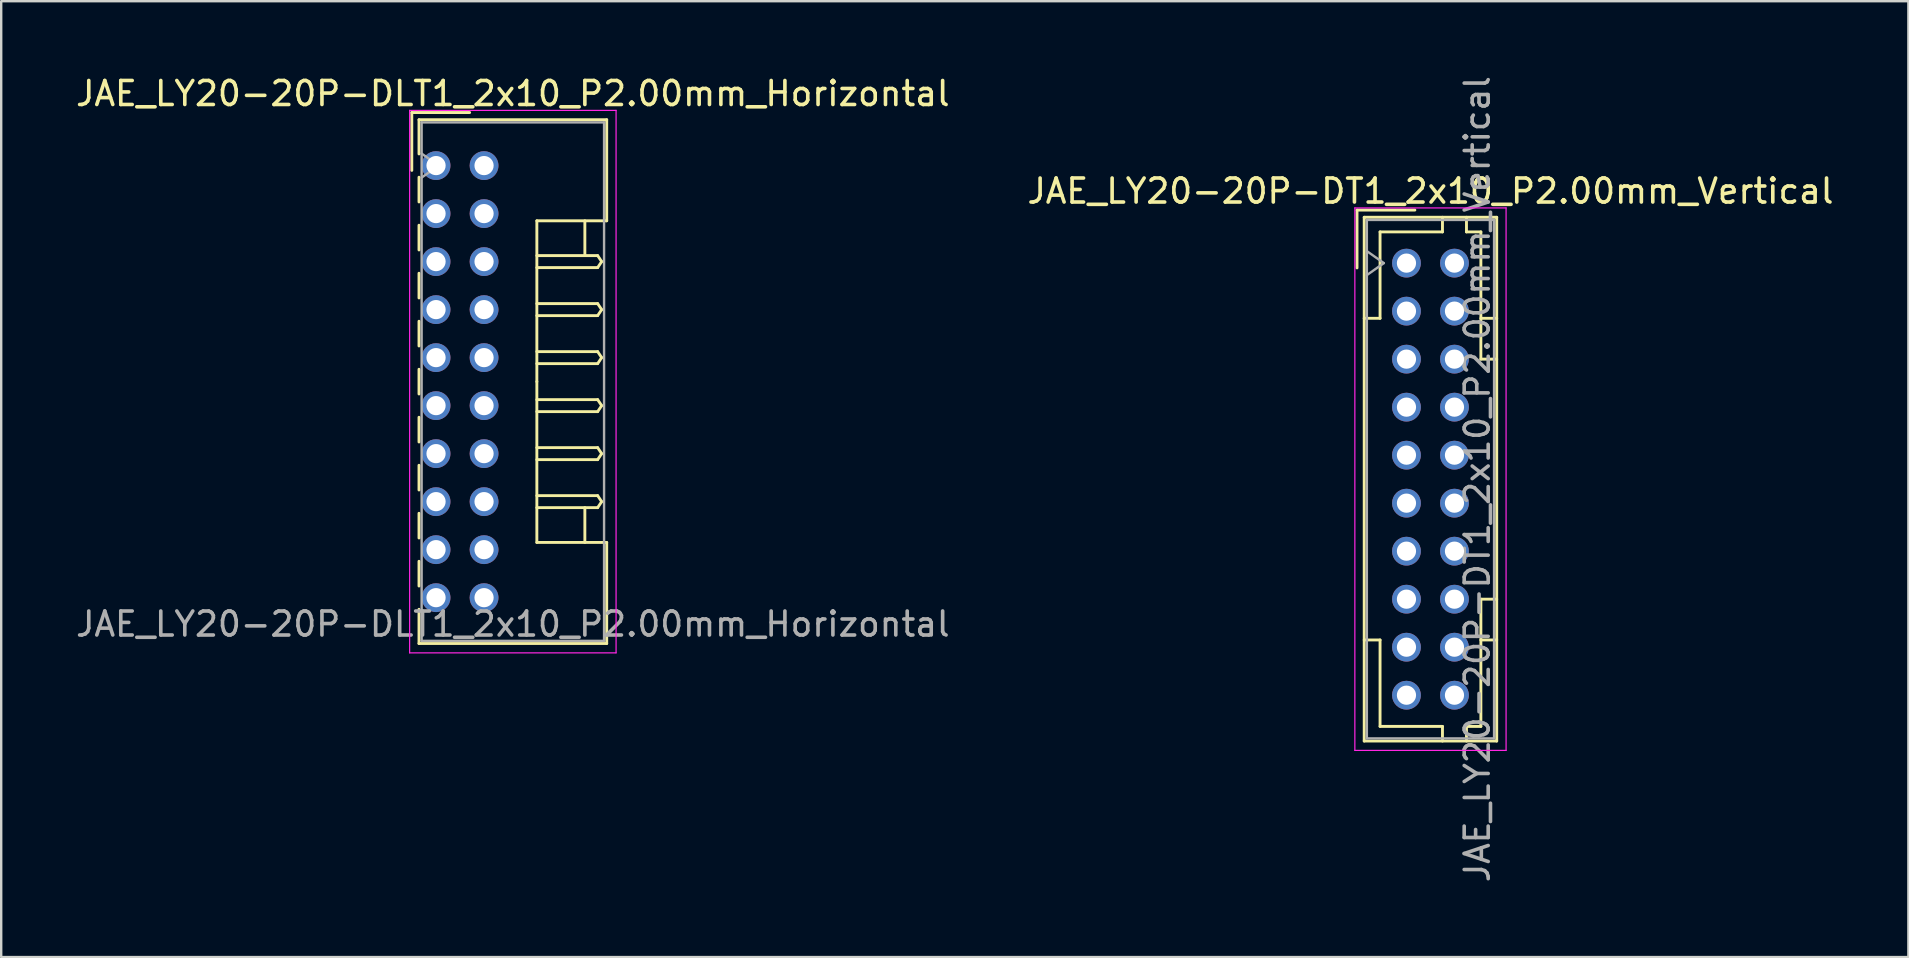
<source format=kicad_pcb>
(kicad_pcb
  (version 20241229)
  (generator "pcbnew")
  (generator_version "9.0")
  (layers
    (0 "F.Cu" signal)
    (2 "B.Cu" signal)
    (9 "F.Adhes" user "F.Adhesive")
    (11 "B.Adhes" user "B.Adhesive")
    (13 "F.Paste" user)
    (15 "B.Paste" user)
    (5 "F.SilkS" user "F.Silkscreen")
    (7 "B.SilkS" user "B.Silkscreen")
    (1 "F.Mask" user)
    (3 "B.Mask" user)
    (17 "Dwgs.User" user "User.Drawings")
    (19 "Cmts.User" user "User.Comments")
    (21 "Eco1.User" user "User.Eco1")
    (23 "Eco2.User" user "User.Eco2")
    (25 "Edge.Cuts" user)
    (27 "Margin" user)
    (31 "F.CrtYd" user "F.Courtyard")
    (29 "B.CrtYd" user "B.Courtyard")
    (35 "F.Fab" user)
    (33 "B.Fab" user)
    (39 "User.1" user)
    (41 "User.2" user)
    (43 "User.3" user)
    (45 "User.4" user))
  (footprint "JAE_LY20-20P-DT1_2x10_P2.00mm_Vertical"
    (layer "F.Cu")
    (at 55.542 7.911)
    (property "Reference" "JAE_LY20-20P-DT1_2x10_P2.00mm_Vertical" (at 1 -3 0) (layer "F.SilkS") (effects (font (size 1 1) (thickness 0.15))))
    (attr through_hole)
    (fp_line (start -2.06 -2.21) (end -2.06 0.2) (stroke (width 0.12) (type solid)) (layer "F.SilkS"))
    (fp_line (start -1.76 -1.91) (end -1.76 19.91) (stroke (width 0.12) (type solid)) (layer "F.SilkS"))
    (fp_line (start -1.76 19.91) (end 3.76 19.91) (stroke (width 0.12) (type solid)) (layer "F.SilkS"))
    (fp_line (start -1.1 -1.3) (end -1.1 2.3) (stroke (width 0.12) (type solid)) (layer "F.SilkS"))
    (fp_line (start -1.1 2.3) (end -1.76 2.3) (stroke (width 0.12) (type solid)) (layer "F.SilkS"))
    (fp_line (start -1.1 15.7) (end -1.76 15.7) (stroke (width 0.12) (type solid)) (layer "F.SilkS"))
    (fp_line (start -1.1 19.3) (end -1.1 15.7) (stroke (width 0.12) (type solid)) (layer "F.SilkS"))
    (fp_line (start 0.35 -2.21) (end -2.06 -2.21) (stroke (width 0.12) (type solid)) (layer "F.SilkS"))
    (fp_line (start 1.5 -1.91) (end 1.5 -1.3) (stroke (width 0.12) (type solid)) (layer "F.SilkS"))
    (fp_line (start 1.5 -1.3) (end -1.1 -1.3) (stroke (width 0.12) (type solid)) (layer "F.SilkS"))
    (fp_line (start 1.5 19.3) (end -1.1 19.3) (stroke (width 0.12) (type solid)) (layer "F.SilkS"))
    (fp_line (start 1.5 19.91) (end 1.5 19.3) (stroke (width 0.12) (type solid)) (layer "F.SilkS"))
    (fp_line (start 2.5 -1.91) (end 2.5 -1.3) (stroke (width 0.12) (type solid)) (layer "F.SilkS"))
    (fp_line (start 2.5 -1.3) (end 3.1 -1.3) (stroke (width 0.12) (type solid)) (layer "F.SilkS"))
    (fp_line (start 2.5 19.3) (end 3.1 19.3) (stroke (width 0.12) (type solid)) (layer "F.SilkS"))
    (fp_line (start 2.5 19.91) (end 2.5 19.3) (stroke (width 0.12) (type solid)) (layer "F.SilkS"))
    (fp_line (start 3.1 -1.3) (end 3.1 4) (stroke (width 0.12) (type solid)) (layer "F.SilkS"))
    (fp_line (start 3.1 4) (end 3.76 4) (stroke (width 0.12) (type solid)) (layer "F.SilkS"))
    (fp_line (start 3.1 14) (end 3.76 14) (stroke (width 0.12) (type solid)) (layer "F.SilkS"))
    (fp_line (start 3.1 19.3) (end 3.1 14) (stroke (width 0.12) (type solid)) (layer "F.SilkS"))
    (fp_line (start 3.76 -1.91) (end -1.76 -1.91) (stroke (width 0.12) (type solid)) (layer "F.SilkS"))
    (fp_line (start 3.76 2.3) (end 3.1 2.3) (stroke (width 0.12) (type solid)) (layer "F.SilkS"))
    (fp_line (start 3.76 15.7) (end 3.1 15.7) (stroke (width 0.12) (type solid)) (layer "F.SilkS"))
    (fp_line (start 3.76 19.91) (end 3.76 -1.91) (stroke (width 0.12) (type solid)) (layer "F.SilkS"))
    (fp_line (start -2.15 -2.3) (end -2.15 20.3) (stroke (width 0.05) (type solid)) (layer "F.CrtYd"))
    (fp_line (start -2.15 20.3) (end 4.15 20.3) (stroke (width 0.05) (type solid)) (layer "F.CrtYd"))
    (fp_line (start 4.15 -2.3) (end -2.15 -2.3) (stroke (width 0.05) (type solid)) (layer "F.CrtYd"))
    (fp_line (start 4.15 20.3) (end 4.15 -2.3) (stroke (width 0.05) (type solid)) (layer "F.CrtYd"))
    (fp_line (start -1.65 -1.8) (end -1.65 19.8) (stroke (width 0.1) (type solid)) (layer "F.Fab"))
    (fp_line (start -1.65 0.5) (end -0.943 0) (stroke (width 0.1) (type solid)) (layer "F.Fab"))
    (fp_line (start -1.65 19.8) (end 3.65 19.8) (stroke (width 0.1) (type solid)) (layer "F.Fab"))
    (fp_line (start -0.943 0) (end -1.65 -0.5) (stroke (width 0.1) (type solid)) (layer "F.Fab"))
    (fp_line (start 3.65 -1.8) (end -1.65 -1.8) (stroke (width 0.1) (type solid)) (layer "F.Fab"))
    (fp_line (start 3.65 19.8) (end 3.65 -1.8) (stroke (width 0.1) (type solid)) (layer "F.Fab"))
    (fp_text user "${REFERENCE}" (at 2.95 9 90) (layer "F.Fab") (effects (font (size 1 1) (thickness 0.15))))
    (pad "a1" thru_hole circle (at 0 0) (size 1.2 1.2) (drill 0.8) (layers "*.Cu" "*.Mask"))
    (pad "a2" thru_hole circle (at 0 2) (size 1.2 1.2) (drill 0.8) (layers "*.Cu" "*.Mask"))
    (pad "a3" thru_hole circle (at 0 4) (size 1.2 1.2) (drill 0.8) (layers "*.Cu" "*.Mask"))
    (pad "a4" thru_hole circle (at 0 6) (size 1.2 1.2) (drill 0.8) (layers "*.Cu" "*.Mask"))
    (pad "a5" thru_hole circle (at 0 8) (size 1.2 1.2) (drill 0.8) (layers "*.Cu" "*.Mask"))
    (pad "a6" thru_hole circle (at 0 10) (size 1.2 1.2) (drill 0.8) (layers "*.Cu" "*.Mask"))
    (pad "a7" thru_hole circle (at 0 12) (size 1.2 1.2) (drill 0.8) (layers "*.Cu" "*.Mask"))
    (pad "a8" thru_hole circle (at 0 14) (size 1.2 1.2) (drill 0.8) (layers "*.Cu" "*.Mask"))
    (pad "a9" thru_hole circle (at 0 16) (size 1.2 1.2) (drill 0.8) (layers "*.Cu" "*.Mask"))
    (pad "a10" thru_hole circle (at 0 18) (size 1.2 1.2) (drill 0.8) (layers "*.Cu" "*.Mask"))
    (pad "b1" thru_hole circle (at 2 0) (size 1.2 1.2) (drill 0.8) (layers "*.Cu" "*.Mask"))
    (pad "b2" thru_hole circle (at 2 2) (size 1.2 1.2) (drill 0.8) (layers "*.Cu" "*.Mask"))
    (pad "b3" thru_hole circle (at 2 4) (size 1.2 1.2) (drill 0.8) (layers "*.Cu" "*.Mask"))
    (pad "b4" thru_hole circle (at 2 6) (size 1.2 1.2) (drill 0.8) (layers "*.Cu" "*.Mask"))
    (pad "b5" thru_hole circle (at 2 8) (size 1.2 1.2) (drill 0.8) (layers "*.Cu" "*.Mask"))
    (pad "b6" thru_hole circle (at 2 10) (size 1.2 1.2) (drill 0.8) (layers "*.Cu" "*.Mask"))
    (pad "b7" thru_hole circle (at 2 12) (size 1.2 1.2) (drill 0.8) (layers "*.Cu" "*.Mask"))
    (pad "b8" thru_hole circle (at 2 14) (size 1.2 1.2) (drill 0.8) (layers "*.Cu" "*.Mask"))
    (pad "b9" thru_hole circle (at 2 16) (size 1.2 1.2) (drill 0.8) (layers "*.Cu" "*.Mask"))
    (pad "b10" thru_hole circle (at 2 18) (size 1.2 1.2) (drill 0.8) (layers "*.Cu" "*.Mask")))
  (footprint "JAE_LY20-20P-DLT1_2x10_P2.00mm_Horizontal"
    (layer "F.Cu")
    (at 15.115 3.848)
    (property "Reference" "JAE_LY20-20P-DLT1_2x10_P2.00mm_Horizontal" (at 3.2 -3 0) (layer "F.SilkS") (effects (font (size 1 1) (thickness 0.15))))
    (attr through_hole)
    (fp_line (start -1.01 -2.21) (end -1.01 0.2) (stroke (width 0.12) (type solid)) (layer "F.SilkS"))
    (fp_line (start -0.71 -1.91) (end 7.11 -1.91) (stroke (width 0.12) (type solid)) (layer "F.SilkS"))
    (fp_line (start -0.71 -0.485) (end -0.71 -1.91) (stroke (width 0.12) (type solid)) (layer "F.SilkS"))
    (fp_line (start -0.71 0.485) (end -0.71 1.515) (stroke (width 0.12) (type solid)) (layer "F.SilkS"))
    (fp_line (start -0.71 2.485) (end -0.71 3.515) (stroke (width 0.12) (type solid)) (layer "F.SilkS"))
    (fp_line (start -0.71 4.485) (end -0.71 5.515) (stroke (width 0.12) (type solid)) (layer "F.SilkS"))
    (fp_line (start -0.71 6.485) (end -0.71 7.515) (stroke (width 0.12) (type solid)) (layer "F.SilkS"))
    (fp_line (start -0.71 8.485) (end -0.71 9.515) (stroke (width 0.12) (type solid)) (layer "F.SilkS"))
    (fp_line (start -0.71 10.485) (end -0.71 11.515) (stroke (width 0.12) (type solid)) (layer "F.SilkS"))
    (fp_line (start -0.71 12.485) (end -0.71 13.515) (stroke (width 0.12) (type solid)) (layer "F.SilkS"))
    (fp_line (start -0.71 14.485) (end -0.71 15.515) (stroke (width 0.12) (type solid)) (layer "F.SilkS"))
    (fp_line (start -0.71 16.485) (end -0.71 17.515) (stroke (width 0.12) (type solid)) (layer "F.SilkS"))
    (fp_line (start -0.71 18.485) (end -0.71 19.91) (stroke (width 0.12) (type solid)) (layer "F.SilkS"))
    (fp_line (start -0.71 19.91) (end 7.11 19.91) (stroke (width 0.12) (type solid)) (layer "F.SilkS"))
    (fp_line (start 1.4 -2.21) (end -1.01 -2.21) (stroke (width 0.12) (type solid)) (layer "F.SilkS"))
    (fp_line (start 4.2 2.3) (end 4.2 9) (stroke (width 0.12) (type solid)) (layer "F.SilkS"))
    (fp_line (start 4.2 3.75) (end 6.733 3.75) (stroke (width 0.12) (type solid)) (layer "F.SilkS"))
    (fp_line (start 4.2 5.75) (end 6.733 5.75) (stroke (width 0.12) (type solid)) (layer "F.SilkS"))
    (fp_line (start 4.2 7.75) (end 6.733 7.75) (stroke (width 0.12) (type solid)) (layer "F.SilkS"))
    (fp_line (start 4.2 9.75) (end 6.733 9.75) (stroke (width 0.12) (type solid)) (layer "F.SilkS"))
    (fp_line (start 4.2 11.75) (end 6.733 11.75) (stroke (width 0.12) (type solid)) (layer "F.SilkS"))
    (fp_line (start 4.2 13.75) (end 6.733 13.75) (stroke (width 0.12) (type solid)) (layer "F.SilkS"))
    (fp_line (start 4.2 15.7) (end 4.2 9) (stroke (width 0.12) (type solid)) (layer "F.SilkS"))
    (fp_line (start 6.2 2.3) (end 6.2 3.75) (stroke (width 0.12) (type solid)) (layer "F.SilkS"))
    (fp_line (start 6.2 15.7) (end 6.2 14.25) (stroke (width 0.12) (type solid)) (layer "F.SilkS"))
    (fp_line (start 6.733 3.75) (end 6.9 4) (stroke (width 0.12) (type solid)) (layer "F.SilkS"))
    (fp_line (start 6.733 4.25) (end 4.2 4.25) (stroke (width 0.12) (type solid)) (layer "F.SilkS"))
    (fp_line (start 6.733 5.75) (end 6.9 6) (stroke (width 0.12) (type solid)) (layer "F.SilkS"))
    (fp_line (start 6.733 6.25) (end 4.2 6.25) (stroke (width 0.12) (type solid)) (layer "F.SilkS"))
    (fp_line (start 6.733 7.75) (end 6.9 8) (stroke (width 0.12) (type solid)) (layer "F.SilkS"))
    (fp_line (start 6.733 8.25) (end 4.2 8.25) (stroke (width 0.12) (type solid)) (layer "F.SilkS"))
    (fp_line (start 6.733 9.75) (end 6.9 10) (stroke (width 0.12) (type solid)) (layer "F.SilkS"))
    (fp_line (start 6.733 10.25) (end 4.2 10.25) (stroke (width 0.12) (type solid)) (layer "F.SilkS"))
    (fp_line (start 6.733 11.75) (end 6.9 12) (stroke (width 0.12) (type solid)) (layer "F.SilkS"))
    (fp_line (start 6.733 12.25) (end 4.2 12.25) (stroke (width 0.12) (type solid)) (layer "F.SilkS"))
    (fp_line (start 6.733 13.75) (end 6.9 14) (stroke (width 0.12) (type solid)) (layer "F.SilkS"))
    (fp_line (start 6.733 14.25) (end 4.2 14.25) (stroke (width 0.12) (type solid)) (layer "F.SilkS"))
    (fp_line (start 6.9 4) (end 6.733 4.25) (stroke (width 0.12) (type solid)) (layer "F.SilkS"))
    (fp_line (start 6.9 6) (end 6.733 6.25) (stroke (width 0.12) (type solid)) (layer "F.SilkS"))
    (fp_line (start 6.9 8) (end 6.733 8.25) (stroke (width 0.12) (type solid)) (layer "F.SilkS"))
    (fp_line (start 6.9 10) (end 6.733 10.25) (stroke (width 0.12) (type solid)) (layer "F.SilkS"))
    (fp_line (start 6.9 12) (end 6.733 12.25) (stroke (width 0.12) (type solid)) (layer "F.SilkS"))
    (fp_line (start 6.9 14) (end 6.733 14.25) (stroke (width 0.12) (type solid)) (layer "F.SilkS"))
    (fp_line (start 7.11 -1.91) (end 7.11 2.3) (stroke (width 0.12) (type solid)) (layer "F.SilkS"))
    (fp_line (start 7.11 2.3) (end 4.2 2.3) (stroke (width 0.12) (type solid)) (layer "F.SilkS"))
    (fp_line (start 7.11 15.7) (end 4.2 15.7) (stroke (width 0.12) (type solid)) (layer "F.SilkS"))
    (fp_line (start 7.11 19.91) (end 7.11 15.7) (stroke (width 0.12) (type solid)) (layer "F.SilkS"))
    (fp_line (start -1.1 -2.3) (end -1.1 20.3) (stroke (width 0.05) (type solid)) (layer "F.CrtYd"))
    (fp_line (start -1.1 20.3) (end 7.5 20.3) (stroke (width 0.05) (type solid)) (layer "F.CrtYd"))
    (fp_line (start 7.5 -2.3) (end -1.1 -2.3) (stroke (width 0.05) (type solid)) (layer "F.CrtYd"))
    (fp_line (start 7.5 20.3) (end 7.5 -2.3) (stroke (width 0.05) (type solid)) (layer "F.CrtYd"))
    (fp_line (start -0.6 -1.8) (end -0.6 19.8) (stroke (width 0.1) (type solid)) (layer "F.Fab"))
    (fp_line (start -0.6 0.5) (end 0.107 0) (stroke (width 0.1) (type solid)) (layer "F.Fab"))
    (fp_line (start -0.6 19.8) (end 7 19.8) (stroke (width 0.1) (type solid)) (layer "F.Fab"))
    (fp_line (start 0.107 0) (end -0.6 -0.5) (stroke (width 0.1) (type solid)) (layer "F.Fab"))
    (fp_line (start 7 -1.8) (end -0.6 -1.8) (stroke (width 0.1) (type solid)) (layer "F.Fab"))
    (fp_line (start 7 19.8) (end 7 -1.8) (stroke (width 0.1) (type solid)) (layer "F.Fab"))
    (fp_text user "${REFERENCE}" (at 3.2 19.1 0) (layer "F.Fab") (effects (font (size 1 1) (thickness 0.15))))
    (pad "a1" thru_hole circle (at 0 0) (size 1.2 1.2) (drill 0.8) (layers "*.Cu" "*.Mask"))
    (pad "a2" thru_hole circle (at 0 2) (size 1.2 1.2) (drill 0.8) (layers "*.Cu" "*.Mask"))
    (pad "a3" thru_hole circle (at 0 4) (size 1.2 1.2) (drill 0.8) (layers "*.Cu" "*.Mask"))
    (pad "a4" thru_hole circle (at 0 6) (size 1.2 1.2) (drill 0.8) (layers "*.Cu" "*.Mask"))
    (pad "a5" thru_hole circle (at 0 8) (size 1.2 1.2) (drill 0.8) (layers "*.Cu" "*.Mask"))
    (pad "a6" thru_hole circle (at 0 10) (size 1.2 1.2) (drill 0.8) (layers "*.Cu" "*.Mask"))
    (pad "a7" thru_hole circle (at 0 12) (size 1.2 1.2) (drill 0.8) (layers "*.Cu" "*.Mask"))
    (pad "a8" thru_hole circle (at 0 14) (size 1.2 1.2) (drill 0.8) (layers "*.Cu" "*.Mask"))
    (pad "a9" thru_hole circle (at 0 16) (size 1.2 1.2) (drill 0.8) (layers "*.Cu" "*.Mask"))
    (pad "a10" thru_hole circle (at 0 18) (size 1.2 1.2) (drill 0.8) (layers "*.Cu" "*.Mask"))
    (pad "b1" thru_hole circle (at 2 0) (size 1.2 1.2) (drill 0.8) (layers "*.Cu" "*.Mask"))
    (pad "b2" thru_hole circle (at 2 2) (size 1.2 1.2) (drill 0.8) (layers "*.Cu" "*.Mask"))
    (pad "b3" thru_hole circle (at 2 4) (size 1.2 1.2) (drill 0.8) (layers "*.Cu" "*.Mask"))
    (pad "b4" thru_hole circle (at 2 6) (size 1.2 1.2) (drill 0.8) (layers "*.Cu" "*.Mask"))
    (pad "b5" thru_hole circle (at 2 8) (size 1.2 1.2) (drill 0.8) (layers "*.Cu" "*.Mask"))
    (pad "b6" thru_hole circle (at 2 10) (size 1.2 1.2) (drill 0.8) (layers "*.Cu" "*.Mask"))
    (pad "b7" thru_hole circle (at 2 12) (size 1.2 1.2) (drill 0.8) (layers "*.Cu" "*.Mask"))
    (pad "b8" thru_hole circle (at 2 14) (size 1.2 1.2) (drill 0.8) (layers "*.Cu" "*.Mask"))
    (pad "b9" thru_hole circle (at 2 16) (size 1.2 1.2) (drill 0.8) (layers "*.Cu" "*.Mask"))
    (pad "b10" thru_hole circle (at 2 18) (size 1.2 1.2) (drill 0.8) (layers "*.Cu" "*.Mask")))
  (gr_rect
    (start -3 -3)
    (end 76.452 36.821)
    (stroke (width 0.1) (type default))
    (fill no)
    (layer "Edge.Cuts")))
</source>
